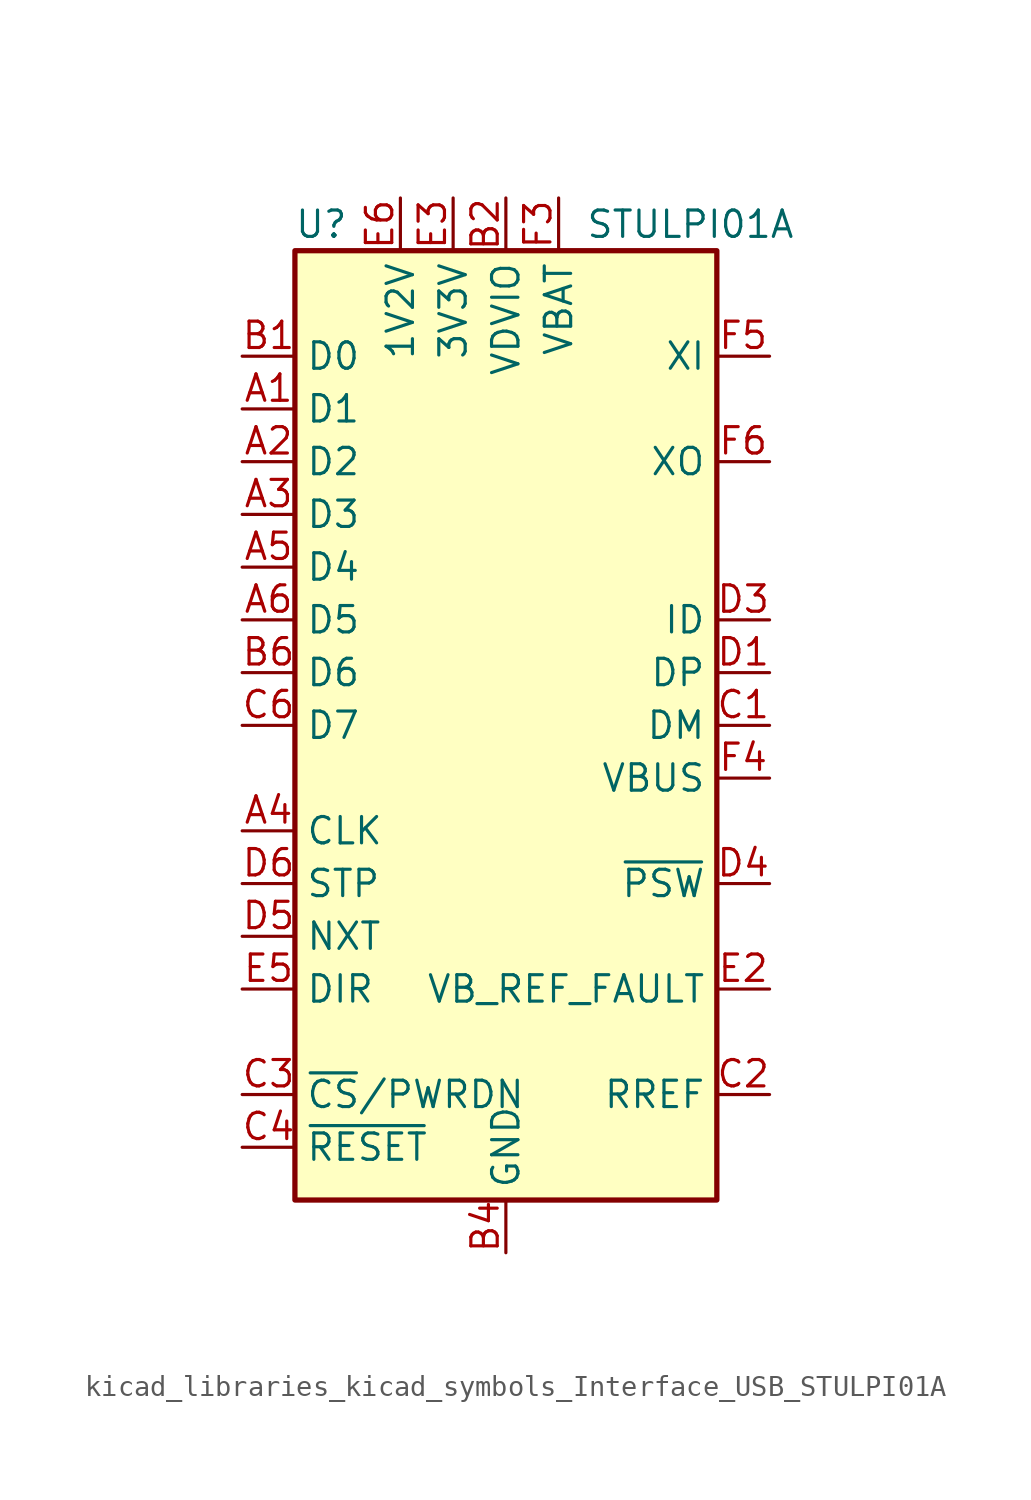
<source format=kicad_sym>
(kicad_symbol_lib
  (version 20220914)
  (generator kicad_symbol_editor)
  (symbol "kicad_libraries_kicad_symbols_Interface_USB_STULPI01A"
    (property "Reference" "U"
      (at -8.89 24.13 0)
      (effects (font (size 1.27 1.27))))
    (property "Value" "STULPI01A"
      (at 8.89 24.13 0)
      (effects (font (size 1.27 1.27))))
    (symbol "kicad_libraries_kicad_symbols_Interface_USB_STULPI01A_0_1"
      (rectangle (start 10.16 -22.86) (end -10.16 22.86) (stroke (width 0.254) (type default)) (fill (type background))))
    (symbol "kicad_libraries_kicad_symbols_Interface_USB_STULPI01A_1_1"
      (pin bidirectional line (at -12.7 15.24 0) (length 2.54) (name "D1" (effects (font (size 1.27 1.27)))) (number "A1" (effects (font (size 1.27 1.27)))))
      (pin bidirectional line (at -12.7 12.7 0) (length 2.54) (name "D2" (effects (font (size 1.27 1.27)))) (number "A2" (effects (font (size 1.27 1.27)))))
      (pin bidirectional line (at -12.7 10.16 0) (length 2.54) (name "D3" (effects (font (size 1.27 1.27)))) (number "A3" (effects (font (size 1.27 1.27)))))
      (pin output line (at -12.7 -5.08 0) (length 2.54) (name "CLK" (effects (font (size 1.27 1.27)))) (number "A4" (effects (font (size 1.27 1.27)))))
      (pin bidirectional line (at -12.7 7.62 0) (length 2.54) (name "D4" (effects (font (size 1.27 1.27)))) (number "A5" (effects (font (size 1.27 1.27)))))
      (pin bidirectional line (at -12.7 5.08 0) (length 2.54) (name "D5" (effects (font (size 1.27 1.27)))) (number "A6" (effects (font (size 1.27 1.27)))))
      (pin bidirectional line (at -12.7 17.78 0) (length 2.54) (name "D0" (effects (font (size 1.27 1.27)))) (number "B1" (effects (font (size 1.27 1.27)))))
      (pin power_in line (at 0 25.4 270) (length 2.54) (name "VDVIO" (effects (font (size 1.27 1.27)))) (number "B2" (effects (font (size 1.27 1.27)))))
      (pin passive line (at 0 25.4 270) (length 2.54) hide (name "VDVIO" (effects (font (size 1.27 1.27)))) (number "B3" (effects (font (size 1.27 1.27)))))
      (pin power_in line (at 0 -25.4 90) (length 2.54) (name "GND" (effects (font (size 1.27 1.27)))) (number "B4" (effects (font (size 1.27 1.27)))))
      (pin passive line (at 0 25.4 270) (length 2.54) hide (name "VDVIO" (effects (font (size 1.27 1.27)))) (number "B5" (effects (font (size 1.27 1.27)))))
      (pin bidirectional line (at -12.7 2.54 0) (length 2.54) (name "D6" (effects (font (size 1.27 1.27)))) (number "B6" (effects (font (size 1.27 1.27)))))
      (pin bidirectional line (at 12.7 0 180) (length 2.54) (name "DM" (effects (font (size 1.27 1.27)))) (number "C1" (effects (font (size 1.27 1.27)))))
      (pin passive line (at 12.7 -17.78 180) (length 2.54) (name "RREF" (effects (font (size 1.27 1.27)))) (number "C2" (effects (font (size 1.27 1.27)))))
      (pin input line (at -12.7 -17.78 0) (length 2.54) (name "~{CS}/PWRDN" (effects (font (size 1.27 1.27)))) (number "C3" (effects (font (size 1.27 1.27)))))
      (pin input line (at -12.7 -20.32 0) (length 2.54) (name "~{RESET}" (effects (font (size 1.27 1.27)))) (number "C4" (effects (font (size 1.27 1.27)))))
      (pin passive line (at 0 -25.4 90) (length 2.54) hide (name "GND" (effects (font (size 1.27 1.27)))) (number "C5" (effects (font (size 1.27 1.27)))))
      (pin bidirectional line (at -12.7 0 0) (length 2.54) (name "D7" (effects (font (size 1.27 1.27)))) (number "C6" (effects (font (size 1.27 1.27)))))
      (pin bidirectional line (at 12.7 2.54 180) (length 2.54) (name "DP" (effects (font (size 1.27 1.27)))) (number "D1" (effects (font (size 1.27 1.27)))))
      (pin passive line (at 0 -25.4 90) (length 2.54) hide (name "GND" (effects (font (size 1.27 1.27)))) (number "D2" (effects (font (size 1.27 1.27)))))
      (pin input line (at 12.7 5.08 180) (length 2.54) (name "ID" (effects (font (size 1.27 1.27)))) (number "D3" (effects (font (size 1.27 1.27)))))
      (pin output line (at 12.7 -7.62 180) (length 2.54) (name "~{PSW}" (effects (font (size 1.27 1.27)))) (number "D4" (effects (font (size 1.27 1.27)))))
      (pin output line (at -12.7 -10.16 0) (length 2.54) (name "NXT" (effects (font (size 1.27 1.27)))) (number "D5" (effects (font (size 1.27 1.27)))))
      (pin input line (at -12.7 -7.62 0) (length 2.54) (name "STP" (effects (font (size 1.27 1.27)))) (number "D6" (effects (font (size 1.27 1.27)))))
      (pin passive line (at 0 -25.4 90) (length 2.54) hide (name "GND" (effects (font (size 1.27 1.27)))) (number "E1" (effects (font (size 1.27 1.27)))))
      (pin input line (at 12.7 -12.7 180) (length 2.54) (name "VB_REF_FAULT" (effects (font (size 1.27 1.27)))) (number "E2" (effects (font (size 1.27 1.27)))))
      (pin passive line (at -2.54 25.4 270) (length 2.54) (name "3V3V" (effects (font (size 1.27 1.27)))) (number "E3" (effects (font (size 1.27 1.27)))))
      (pin passive line (at 0 -25.4 90) (length 2.54) hide (name "GND" (effects (font (size 1.27 1.27)))) (number "E4" (effects (font (size 1.27 1.27)))))
      (pin output line (at -12.7 -12.7 0) (length 2.54) (name "DIR" (effects (font (size 1.27 1.27)))) (number "E5" (effects (font (size 1.27 1.27)))))
      (pin passive line (at -5.08 25.4 270) (length 2.54) (name "1V2V" (effects (font (size 1.27 1.27)))) (number "E6" (effects (font (size 1.27 1.27)))))
      (pin no_connect line (at -10.16 -2.54 0) (length 2.54) hide (name "NC" (effects (font (size 1.27 1.27)))) (number "F1" (effects (font (size 1.27 1.27)))))
      (pin no_connect line (at -10.16 -15.24 0) (length 2.54) hide (name "NC" (effects (font (size 1.27 1.27)))) (number "F2" (effects (font (size 1.27 1.27)))))
      (pin power_in line (at 2.54 25.4 270) (length 2.54) (name "VBAT" (effects (font (size 1.27 1.27)))) (number "F3" (effects (font (size 1.27 1.27)))))
      (pin bidirectional line (at 12.7 -2.54 180) (length 2.54) (name "VBUS" (effects (font (size 1.27 1.27)))) (number "F4" (effects (font (size 1.27 1.27)))))
      (pin input line (at 12.7 17.78 180) (length 2.54) (name "XI" (effects (font (size 1.27 1.27)))) (number "F5" (effects (font (size 1.27 1.27)))))
      (pin output line (at 12.7 12.7 180) (length 2.54) (name "XO" (effects (font (size 1.27 1.27)))) (number "F6" (effects (font (size 1.27 1.27))))))))
</source>
